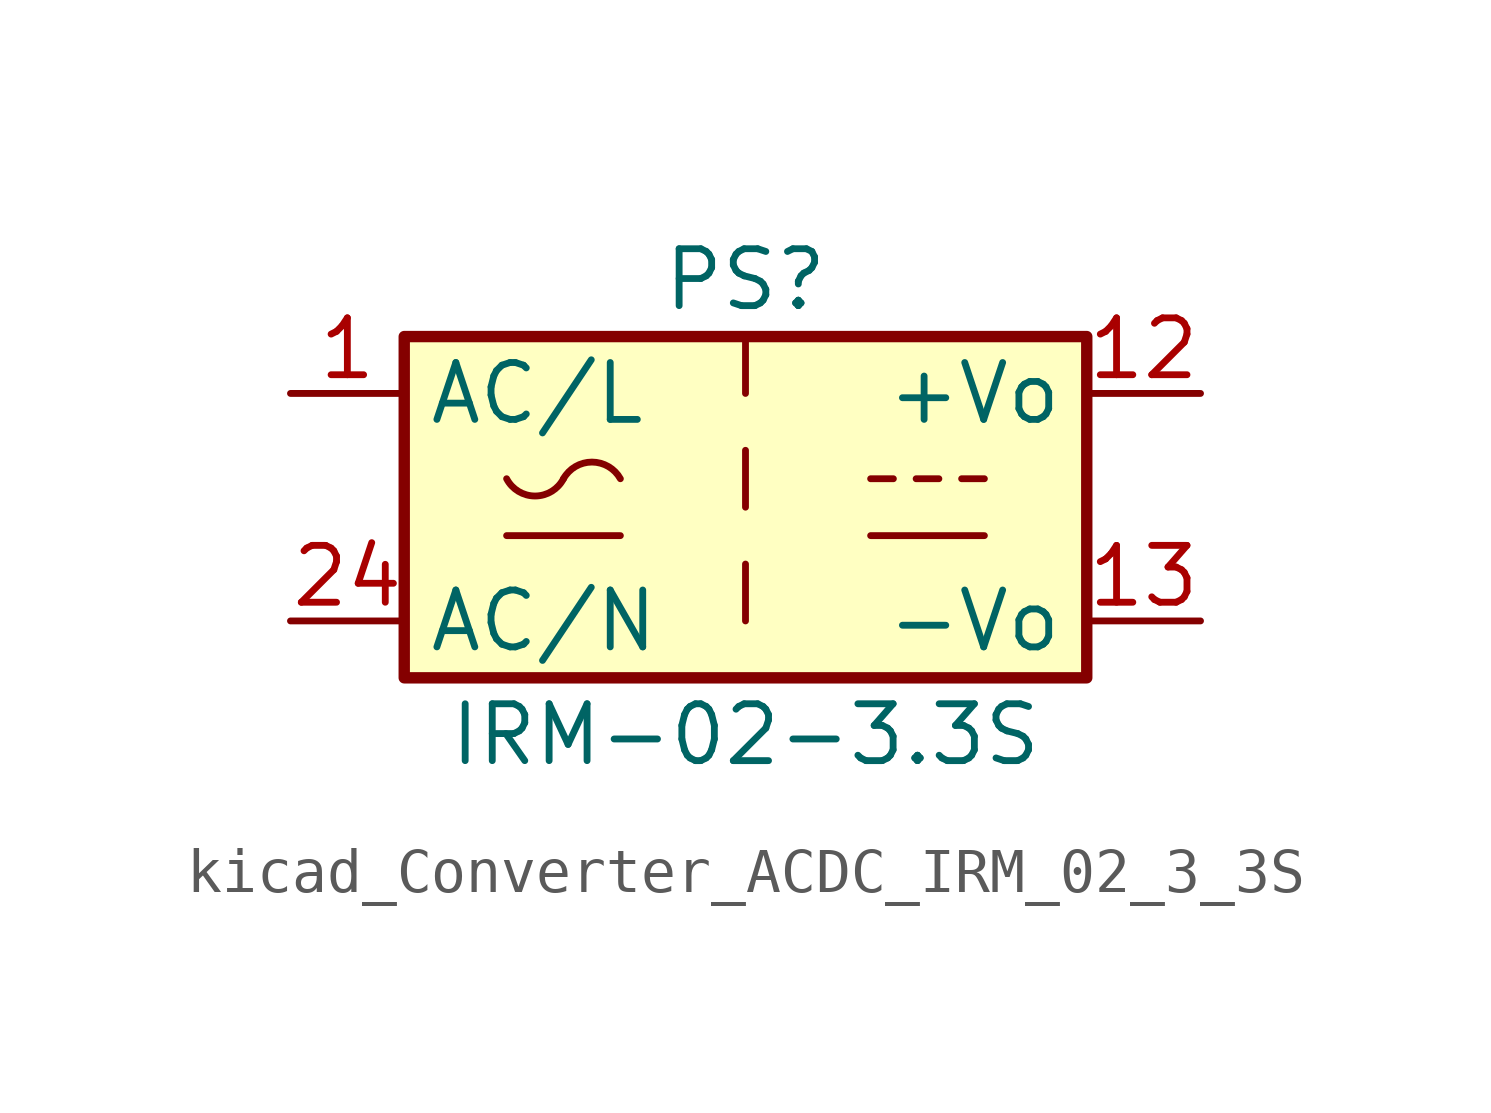
<source format=kicad_sym>
(kicad_symbol_lib
  (version 20220914)
  (generator kicad_symbol_editor)
  (symbol "kicad_Converter_ACDC_IRM_02_3_3S"
    (property "Reference" "PS"
      (at 0 5.08 0)
      (effects (font (size 1.27 1.27))))
    (property "Value" "IRM-02-3.3S"
      (at 0 -5.08 0)
      (effects (font (size 1.27 1.27))))
    (symbol "kicad_Converter_ACDC_IRM_02_3_3S_1_1"
      (rectangle (start -7.62 3.81) (end 7.62 -3.81) (stroke (width 0.254) (type default)) (fill (type background)))
      (arc (start -5.334 0.635) (mid -4.699 0.2495) (end -4.064 0.635) (stroke (width 0) (type default)) (fill (type none)))
      (arc (start -2.794 0.635) (mid -3.429 1.0072) (end -4.064 0.635) (stroke (width 0) (type default)) (fill (type none)))
      (polyline (pts (xy -5.334 -0.635) (xy -2.794 -0.635)) (stroke (width 0) (type default)) (fill (type none)))
      (polyline (pts (xy 0 -1.27) (xy 0 -2.54)) (stroke (width 0) (type default)) (fill (type none)))
      (polyline (pts (xy 0 1.27) (xy 0 0)) (stroke (width 0) (type default)) (fill (type none)))
      (polyline (pts (xy 0 3.81) (xy 0 2.54)) (stroke (width 0) (type default)) (fill (type none)))
      (polyline (pts (xy 2.794 -0.635) (xy 5.334 -0.635)) (stroke (width 0) (type default)) (fill (type none)))
      (polyline (pts (xy 2.794 0.635) (xy 3.302 0.635)) (stroke (width 0) (type default)) (fill (type none)))
      (polyline (pts (xy 3.81 0.635) (xy 4.318 0.635)) (stroke (width 0) (type default)) (fill (type none)))
      (polyline (pts (xy 4.826 0.635) (xy 5.334 0.635)) (stroke (width 0) (type default)) (fill (type none)))
      (pin power_in line (at -10.16 2.54 0) (length 2.54) (name "AC/L" (effects (font (size 1.27 1.27)))) (number "1" (effects (font (size 1.27 1.27)))))
      (pin power_out line (at 10.16 2.54 180) (length 2.54) (name "+Vo" (effects (font (size 1.27 1.27)))) (number "12" (effects (font (size 1.27 1.27)))))
      (pin power_out line (at 10.16 -2.54 180) (length 2.54) (name "-Vo" (effects (font (size 1.27 1.27)))) (number "13" (effects (font (size 1.27 1.27)))))
      (pin power_in line (at -10.16 -2.54 0) (length 2.54) (name "AC/N" (effects (font (size 1.27 1.27)))) (number "24" (effects (font (size 1.27 1.27))))))))
</source>
